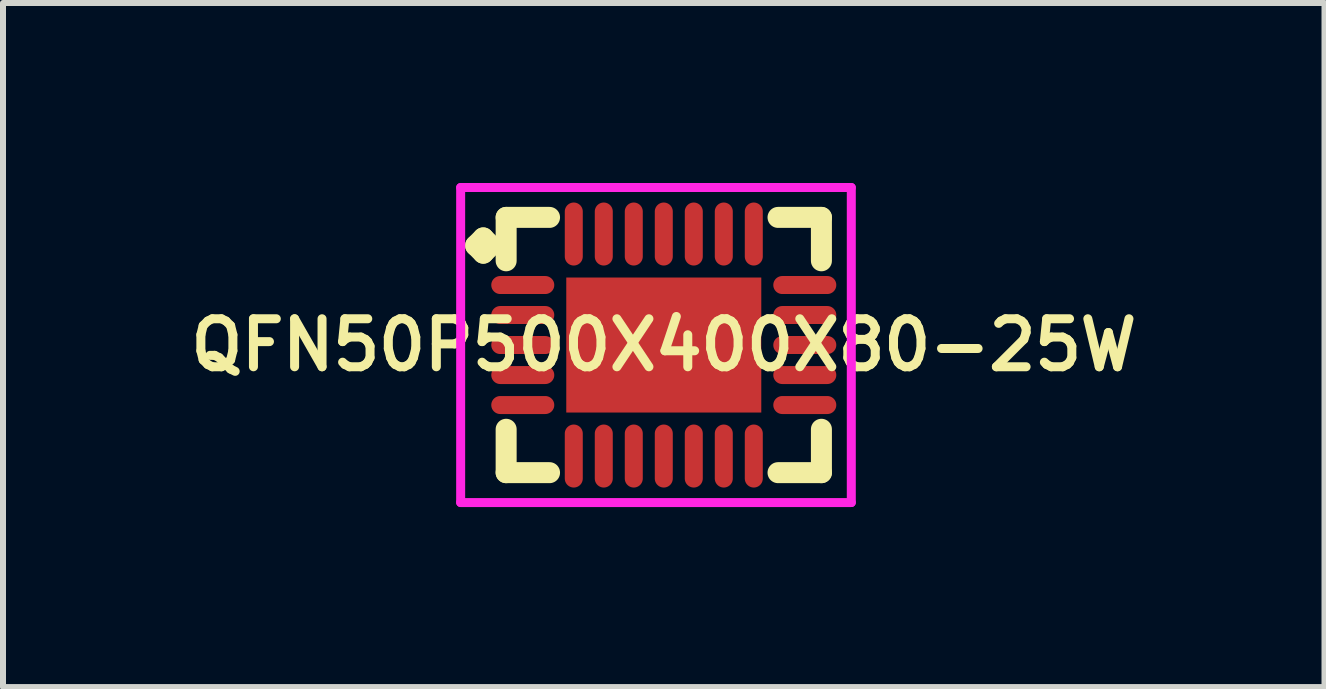
<source format=kicad_pcb>
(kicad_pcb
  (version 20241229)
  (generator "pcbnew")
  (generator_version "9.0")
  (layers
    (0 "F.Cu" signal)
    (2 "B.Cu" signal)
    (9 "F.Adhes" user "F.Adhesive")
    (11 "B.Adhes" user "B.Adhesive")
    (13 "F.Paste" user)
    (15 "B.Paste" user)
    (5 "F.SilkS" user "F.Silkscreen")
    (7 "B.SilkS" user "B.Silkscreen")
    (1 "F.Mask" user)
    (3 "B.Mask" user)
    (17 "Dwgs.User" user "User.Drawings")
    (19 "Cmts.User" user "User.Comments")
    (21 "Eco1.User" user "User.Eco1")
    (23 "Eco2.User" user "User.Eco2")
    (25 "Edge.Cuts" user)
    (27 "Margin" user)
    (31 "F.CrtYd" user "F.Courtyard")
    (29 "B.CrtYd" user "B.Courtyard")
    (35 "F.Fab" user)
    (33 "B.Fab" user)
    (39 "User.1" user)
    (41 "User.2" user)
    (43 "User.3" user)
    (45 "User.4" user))
  (footprint "QFN50P500X400X80-25W"
    (layer "F.Cu")
    (at 8.012 2.7)
    (property "Reference" "QFN50P500X400X80-25W" (at 0 0 0) (layer "F.SilkS") (effects (font (size 0.8 0.8) (thickness 0.15))))
    (attr through_hole)
    (fp_line (start -3.135 -1.658) (end -3.008 -1.785) (stroke (width 0.35) (type solid)) (layer "F.SilkS"))
    (fp_line (start -3.008 -1.785) (end -2.881 -1.658) (stroke (width 0.35) (type solid)) (layer "F.SilkS"))
    (fp_line (start -3.008 -1.531) (end -3.135 -1.658) (stroke (width 0.35) (type solid)) (layer "F.SilkS"))
    (fp_line (start -2.881 -1.658) (end -3.008 -1.531) (stroke (width 0.35) (type solid)) (layer "F.SilkS"))
    (fp_line (start -2.627 -2.127) (end -1.904 -2.127) (stroke (width 0.35) (type solid)) (layer "F.SilkS"))
    (fp_line (start -2.627 -1.404) (end -2.627 -2.127) (stroke (width 0.35) (type solid)) (layer "F.SilkS"))
    (fp_line (start -2.627 1.404) (end -2.627 2.127) (stroke (width 0.35) (type solid)) (layer "F.SilkS"))
    (fp_line (start -2.627 2.127) (end -1.904 2.127) (stroke (width 0.35) (type solid)) (layer "F.SilkS"))
    (fp_line (start 1.904 -2.127) (end 2.627 -2.127) (stroke (width 0.35) (type solid)) (layer "F.SilkS"))
    (fp_line (start 1.904 2.127) (end 2.627 2.127) (stroke (width 0.35) (type solid)) (layer "F.SilkS"))
    (fp_line (start 2.627 -2.127) (end 2.627 -1.404) (stroke (width 0.35) (type solid)) (layer "F.SilkS"))
    (fp_line (start 2.627 2.127) (end 2.627 1.404) (stroke (width 0.35) (type solid)) (layer "F.SilkS"))
    (fp_line (start -3.385 -2.625) (end 3.125 -2.625) (stroke (width 0.15) (type solid)) (layer "F.CrtYd"))
    (fp_line (start -3.385 2.625) (end -3.385 -2.625) (stroke (width 0.15) (type solid)) (layer "F.CrtYd"))
    (fp_line (start 3.125 -2.625) (end 3.125 2.625) (stroke (width 0.15) (type solid)) (layer "F.CrtYd"))
    (fp_line (start 3.125 2.625) (end -3.385 2.625) (stroke (width 0.15) (type solid)) (layer "F.CrtYd"))
    (pad "1" smd oval (at -2.35 -1) (size 1.05 0.3) (layers "F.Cu" "F.Mask" "F.Paste"))
    (pad "2" smd oval (at -2.35 -0.5) (size 1.05 0.3) (layers "F.Cu" "F.Mask" "F.Paste"))
    (pad "3" smd oval (at -2.35 0) (size 1.05 0.3) (layers "F.Cu" "F.Mask" "F.Paste"))
    (pad "4" smd oval (at -2.35 0.5) (size 1.05 0.3) (layers "F.Cu" "F.Mask" "F.Paste"))
    (pad "5" smd oval (at -2.35 1) (size 1.05 0.3) (layers "F.Cu" "F.Mask" "F.Paste"))
    (pad "6" smd oval (at -1.5 1.85) (size 0.3 1.05) (layers "F.Cu" "F.Mask" "F.Paste"))
    (pad "7" smd oval (at -1 1.85) (size 0.3 1.05) (layers "F.Cu" "F.Mask" "F.Paste"))
    (pad "8" smd oval (at -0.5 1.85) (size 0.3 1.05) (layers "F.Cu" "F.Mask" "F.Paste"))
    (pad "9" smd oval (at 0 1.85) (size 0.3 1.05) (layers "F.Cu" "F.Mask" "F.Paste"))
    (pad "10" smd oval (at 0.5 1.85) (size 0.3 1.05) (layers "F.Cu" "F.Mask" "F.Paste"))
    (pad "11" smd oval (at 1 1.85) (size 0.3 1.05) (layers "F.Cu" "F.Mask" "F.Paste"))
    (pad "12" smd oval (at 1.5 1.85) (size 0.3 1.05) (layers "F.Cu" "F.Mask" "F.Paste"))
    (pad "13" smd oval (at 2.35 1) (size 1.05 0.3) (layers "F.Cu" "F.Mask" "F.Paste"))
    (pad "14" smd oval (at 2.35 0.5) (size 1.05 0.3) (layers "F.Cu" "F.Mask" "F.Paste"))
    (pad "15" smd oval (at 2.35 0) (size 1.05 0.3) (layers "F.Cu" "F.Mask" "F.Paste"))
    (pad "16" smd oval (at 2.35 -0.5) (size 1.05 0.3) (layers "F.Cu" "F.Mask" "F.Paste"))
    (pad "17" smd oval (at 2.35 -1) (size 1.05 0.3) (layers "F.Cu" "F.Mask" "F.Paste"))
    (pad "18" smd oval (at 1.5 -1.85) (size 0.3 1.05) (layers "F.Cu" "F.Mask" "F.Paste"))
    (pad "19" smd oval (at 1 -1.85) (size 0.3 1.05) (layers "F.Cu" "F.Mask" "F.Paste"))
    (pad "20" smd oval (at 0.5 -1.85) (size 0.3 1.05) (layers "F.Cu" "F.Mask" "F.Paste"))
    (pad "21" smd oval (at 0 -1.85) (size 0.3 1.05) (layers "F.Cu" "F.Mask" "F.Paste"))
    (pad "22" smd oval (at -0.5 -1.85) (size 0.3 1.05) (layers "F.Cu" "F.Mask" "F.Paste"))
    (pad "23" smd oval (at -1 -1.85) (size 0.3 1.05) (layers "F.Cu" "F.Mask" "F.Paste"))
    (pad "24" smd oval (at -1.5 -1.85) (size 0.3 1.05) (layers "F.Cu" "F.Mask" "F.Paste"))
    (pad "25" smd rect (at 0 0) (size 3.25 2.25) (layers "F.Cu" "F.Mask" "F.Paste")))
  (gr_rect
    (start -3 -3)
    (end 19.023 8.4)
    (stroke (width 0.1) (type default))
    (fill no)
    (layer "Edge.Cuts")))
</source>
